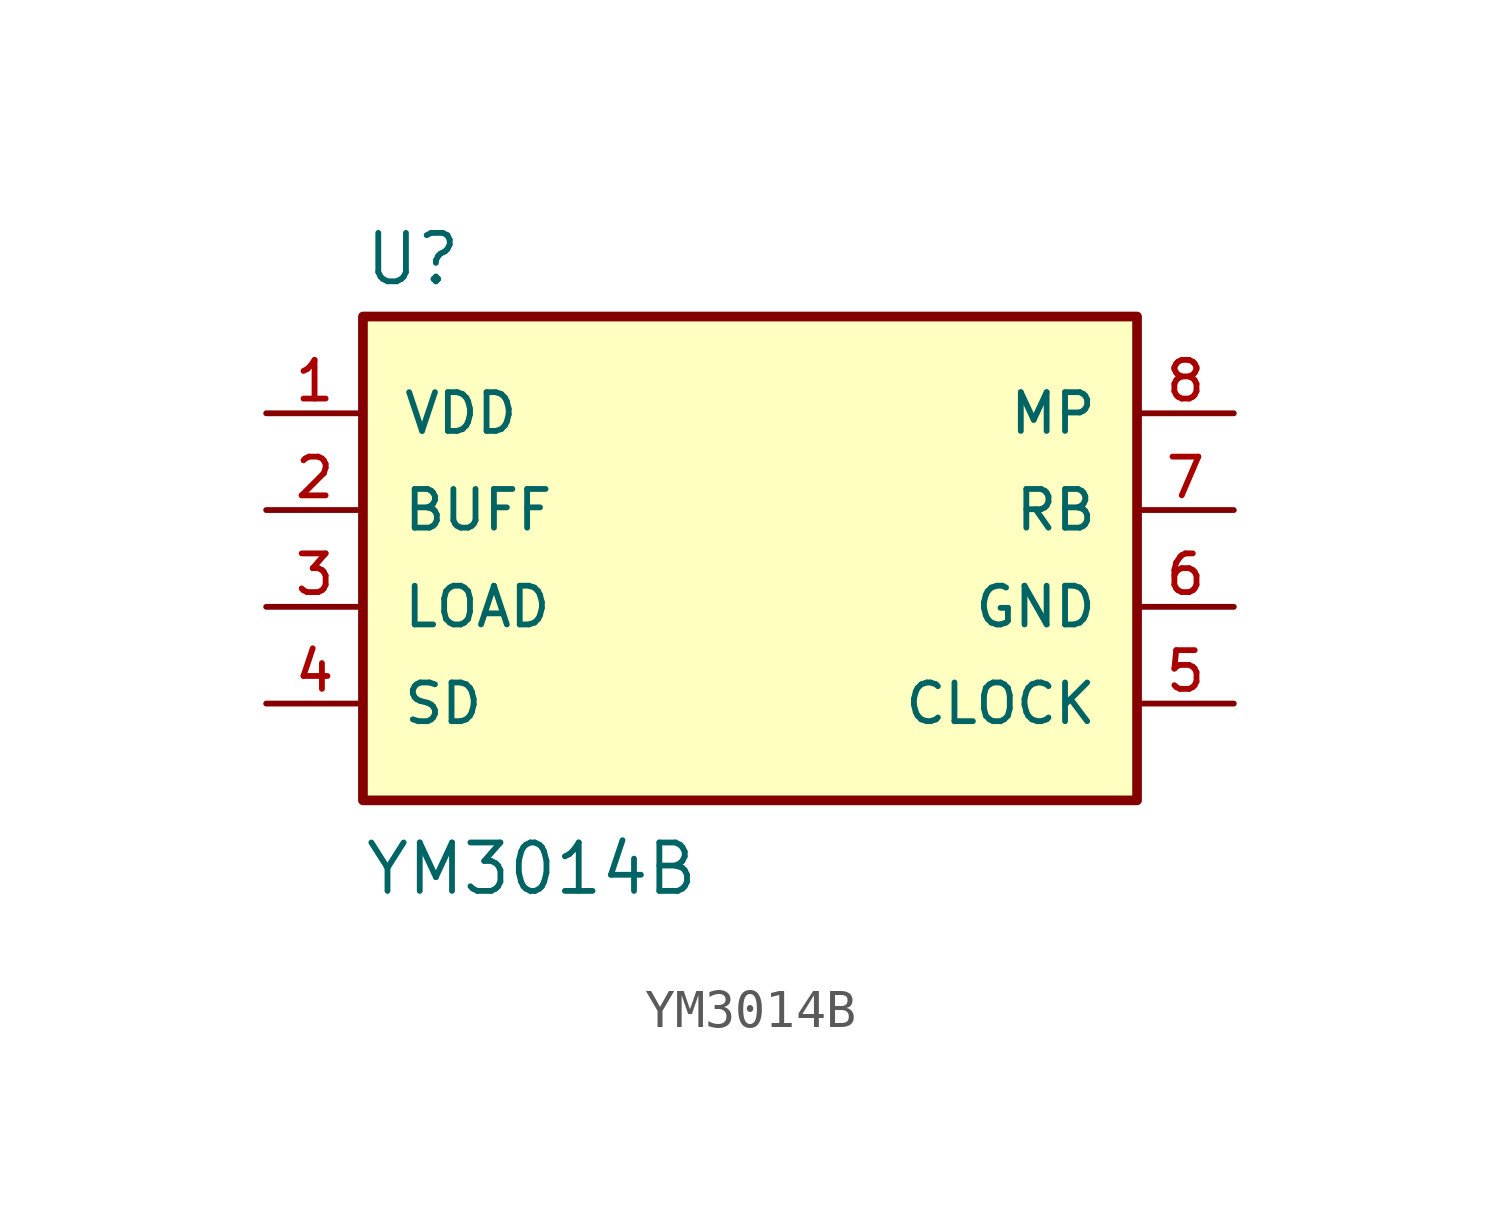
<source format=kicad_sym>
(kicad_symbol_lib
  (version 20211014)
  (generator kicad_symbol_editor)
  (symbol "YM3014B"
    (pin_names
      (offset 1.016))
    (property "Reference" "U"
      (at -10.16 5.842 0)
      (effects (font (size 1.27 1.27)) (justify bottom left)))
    (property "Value" "YM3014B"
      (at -10.16 -10.16 0)
      (effects (font (size 1.27 1.27)) (justify bottom left)))
    (symbol "YM3014B_0_0"
      (rectangle (start -10.16 -7.62) (end 10.16 5.08) (stroke (width 0.254)) (fill (type background)))
      (pin power_in line (at -12.7 2.54 0) (length 2.54) (name "VDD" (effects (font (size 1.016 1.016)))) (number "1" (effects (font (size 1.016 1.016)))))
      (pin bidirectional line (at -12.7 0.0 0) (length 2.54) (name "BUFF" (effects (font (size 1.016 1.016)))) (number "2" (effects (font (size 1.016 1.016)))))
      (pin bidirectional line (at -12.7 -2.54 0) (length 2.54) (name "LOAD" (effects (font (size 1.016 1.016)))) (number "3" (effects (font (size 1.016 1.016)))))
      (pin bidirectional line (at -12.7 -5.08 0) (length 2.54) (name "SD" (effects (font (size 1.016 1.016)))) (number "4" (effects (font (size 1.016 1.016)))))
      (pin bidirectional line (at 12.7 -5.08 180.0) (length 2.54) (name "CLOCK" (effects (font (size 1.016 1.016)))) (number "5" (effects (font (size 1.016 1.016)))))
      (pin power_in line (at 12.7 -2.54 180.0) (length 2.54) (name "GND" (effects (font (size 1.016 1.016)))) (number "6" (effects (font (size 1.016 1.016)))))
      (pin bidirectional line (at 12.7 0.0 180.0) (length 2.54) (name "RB" (effects (font (size 1.016 1.016)))) (number "7" (effects (font (size 1.016 1.016)))))
      (pin bidirectional line (at 12.7 2.54 180.0) (length 2.54) (name "MP" (effects (font (size 1.016 1.016)))) (number "8" (effects (font (size 1.016 1.016))))))))
</source>
